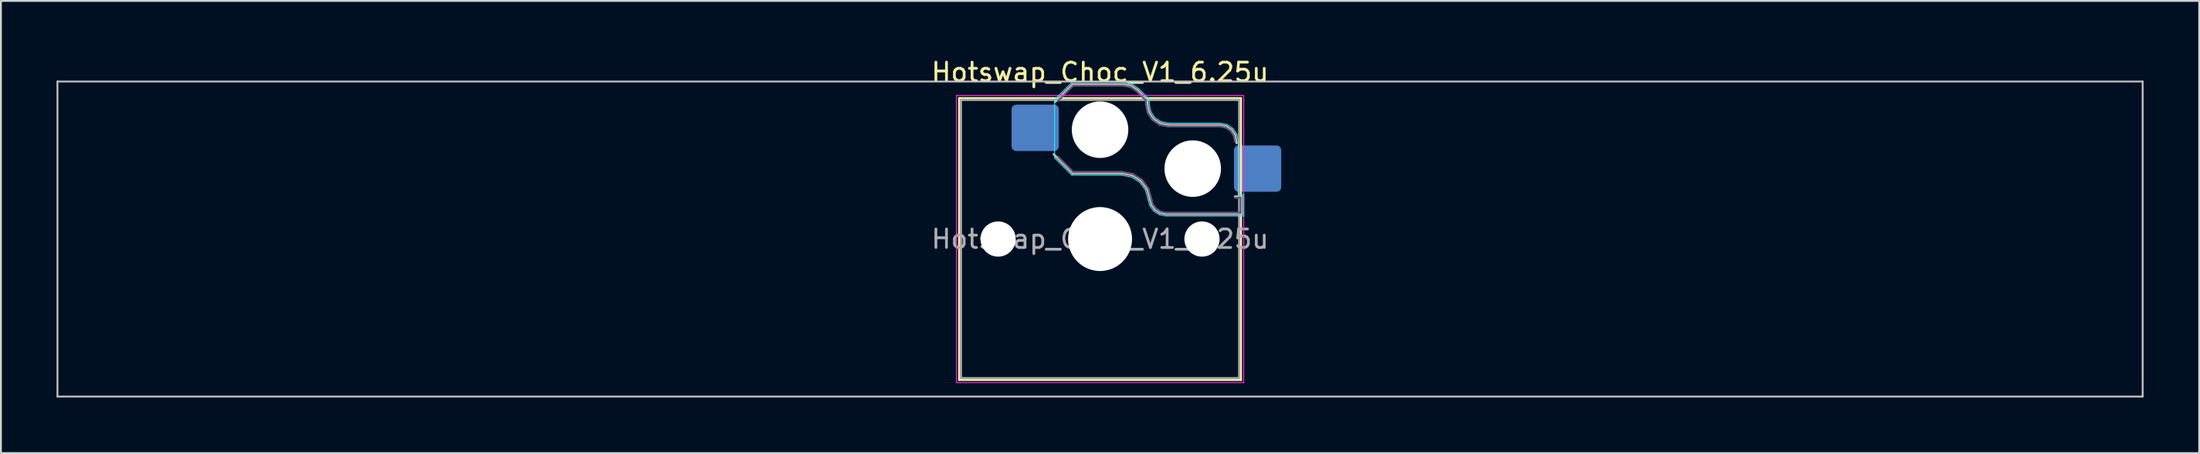
<source format=kicad_pcb>
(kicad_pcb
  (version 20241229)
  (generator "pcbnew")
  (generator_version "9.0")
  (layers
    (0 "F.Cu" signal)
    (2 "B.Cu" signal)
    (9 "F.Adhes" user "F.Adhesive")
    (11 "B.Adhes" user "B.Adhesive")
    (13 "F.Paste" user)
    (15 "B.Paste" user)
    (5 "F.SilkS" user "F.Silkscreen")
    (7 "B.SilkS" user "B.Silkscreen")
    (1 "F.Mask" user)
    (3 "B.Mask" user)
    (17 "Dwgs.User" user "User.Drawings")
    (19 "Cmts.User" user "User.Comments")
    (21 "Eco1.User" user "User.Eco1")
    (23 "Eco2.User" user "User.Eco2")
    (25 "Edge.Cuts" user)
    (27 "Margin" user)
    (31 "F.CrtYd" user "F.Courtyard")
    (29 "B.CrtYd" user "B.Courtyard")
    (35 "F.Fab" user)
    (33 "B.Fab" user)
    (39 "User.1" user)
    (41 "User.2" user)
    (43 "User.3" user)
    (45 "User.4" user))
  (footprint "Hotswap_Choc_V1_6.25u"
    (layer "F.Cu")
    (at 56.3 9.848)
    (property "Reference" "Hotswap_Choc_V1_6.25u" (at 0 -9 0) (layer "F.SilkS") (effects (font (size 1 1) (thickness 0.15))))
    (attr smd)
    (fp_line (start -7.6 -7.6) (end -7.6 7.6) (stroke (width 0.12) (type solid)) (layer "F.SilkS"))
    (fp_line (start -7.6 7.6) (end 7.6 7.6) (stroke (width 0.12) (type solid)) (layer "F.SilkS"))
    (fp_line (start 7.6 -7.6) (end -7.6 -7.6) (stroke (width 0.12) (type solid)) (layer "F.SilkS"))
    (fp_line (start 7.6 7.6) (end 7.6 -7.6) (stroke (width 0.12) (type solid)) (layer "F.SilkS"))
    (fp_line (start -2.416 -7.409) (end -1.479 -8.346) (stroke (width 0.12) (type solid)) (layer "B.SilkS"))
    (fp_line (start -1.479 -8.346) (end 1.268 -8.346) (stroke (width 0.12) (type solid)) (layer "B.SilkS"))
    (fp_line (start -1.479 -3.554) (end -2.5 -4.575) (stroke (width 0.12) (type solid)) (layer "B.SilkS"))
    (fp_line (start 1.168 -3.554) (end -1.479 -3.554) (stroke (width 0.12) (type solid)) (layer "B.SilkS"))
    (fp_line (start 1.268 -8.346) (end 1.671 -8.266) (stroke (width 0.12) (type solid)) (layer "B.SilkS"))
    (fp_line (start 1.671 -8.266) (end 2.013 -8.037) (stroke (width 0.12) (type solid)) (layer "B.SilkS"))
    (fp_line (start 1.73 -3.449) (end 1.168 -3.554) (stroke (width 0.12) (type solid)) (layer "B.SilkS"))
    (fp_line (start 2.013 -8.037) (end 2.546 -7.504) (stroke (width 0.12) (type solid)) (layer "B.SilkS"))
    (fp_line (start 2.209 -3.15) (end 1.73 -3.449) (stroke (width 0.12) (type solid)) (layer "B.SilkS"))
    (fp_line (start 2.546 -7.504) (end 2.546 -7.282) (stroke (width 0.12) (type solid)) (layer "B.SilkS"))
    (fp_line (start 2.546 -7.282) (end 2.633 -6.844) (stroke (width 0.12) (type solid)) (layer "B.SilkS"))
    (fp_line (start 2.547 -2.697) (end 2.209 -3.15) (stroke (width 0.12) (type solid)) (layer "B.SilkS"))
    (fp_line (start 2.633 -6.844) (end 2.877 -6.477) (stroke (width 0.12) (type solid)) (layer "B.SilkS"))
    (fp_line (start 2.701 -2.139) (end 2.547 -2.697) (stroke (width 0.12) (type solid)) (layer "B.SilkS"))
    (fp_line (start 2.783 -1.841) (end 2.701 -2.139) (stroke (width 0.12) (type solid)) (layer "B.SilkS"))
    (fp_line (start 2.877 -6.477) (end 3.244 -6.233) (stroke (width 0.12) (type solid)) (layer "B.SilkS"))
    (fp_line (start 2.976 -1.583) (end 2.783 -1.841) (stroke (width 0.12) (type solid)) (layer "B.SilkS"))
    (fp_line (start 3.244 -6.233) (end 3.682 -6.146) (stroke (width 0.12) (type solid)) (layer "B.SilkS"))
    (fp_line (start 3.25 -1.413) (end 2.976 -1.583) (stroke (width 0.12) (type solid)) (layer "B.SilkS"))
    (fp_line (start 3.56 -1.354) (end 3.25 -1.413) (stroke (width 0.12) (type solid)) (layer "B.SilkS"))
    (fp_line (start 3.682 -6.146) (end 6.482 -6.146) (stroke (width 0.12) (type solid)) (layer "B.SilkS"))
    (fp_line (start 6.482 -6.146) (end 6.809 -6.081) (stroke (width 0.12) (type solid)) (layer "B.SilkS"))
    (fp_line (start 6.809 -6.081) (end 7.092 -5.892) (stroke (width 0.12) (type solid)) (layer "B.SilkS"))
    (fp_line (start 7.092 -5.892) (end 7.281 -5.609) (stroke (width 0.12) (type solid)) (layer "B.SilkS"))
    (fp_line (start 7.281 -5.609) (end 7.366 -5.182) (stroke (width 0.12) (type solid)) (layer "B.SilkS"))
    (fp_line (start 7.283 -2.296) (end 7.646 -2.296) (stroke (width 0.12) (type solid)) (layer "B.SilkS"))
    (fp_line (start 7.646 -2.296) (end 7.646 -1.354) (stroke (width 0.12) (type solid)) (layer "B.SilkS"))
    (fp_line (start 7.646 -1.354) (end 3.56 -1.354) (stroke (width 0.12) (type solid)) (layer "B.SilkS"))
    (fp_line (start -56.25 -8.5) (end -56.25 8.5) (stroke (width 0.1) (type solid)) (layer "Dwgs.User"))
    (fp_line (start -56.25 8.5) (end 56.25 8.5) (stroke (width 0.1) (type solid)) (layer "Dwgs.User"))
    (fp_line (start 56.25 -8.5) (end -56.25 -8.5) (stroke (width 0.1) (type solid)) (layer "Dwgs.User"))
    (fp_line (start 56.25 8.5) (end 56.25 -8.5) (stroke (width 0.1) (type solid)) (layer "Dwgs.User"))
    (fp_line (start -7.25 -7.25) (end -7.25 7.25) (stroke (width 0.1) (type solid)) (layer "Eco1.User"))
    (fp_line (start -7.25 7.25) (end 7.25 7.25) (stroke (width 0.1) (type solid)) (layer "Eco1.User"))
    (fp_line (start 7.25 -7.25) (end -7.25 -7.25) (stroke (width 0.1) (type solid)) (layer "Eco1.User"))
    (fp_line (start 7.25 7.25) (end 7.25 -7.25) (stroke (width 0.1) (type solid)) (layer "Eco1.User"))
    (fp_line (start -2.452 -7.523) (end -1.523 -8.452) (stroke (width 0.05) (type solid)) (layer "B.CrtYd"))
    (fp_line (start -2.452 -4.377) (end -2.452 -7.523) (stroke (width 0.05) (type solid)) (layer "B.CrtYd"))
    (fp_line (start -1.523 -8.452) (end 1.278 -8.452) (stroke (width 0.05) (type solid)) (layer "B.CrtYd"))
    (fp_line (start -1.523 -3.448) (end -2.452 -4.377) (stroke (width 0.05) (type solid)) (layer "B.CrtYd"))
    (fp_line (start 1.159 -3.448) (end -1.523 -3.448) (stroke (width 0.05) (type solid)) (layer "B.CrtYd"))
    (fp_line (start 1.278 -8.452) (end 1.712 -8.366) (stroke (width 0.05) (type solid)) (layer "B.CrtYd"))
    (fp_line (start 1.691 -3.348) (end 1.159 -3.448) (stroke (width 0.05) (type solid)) (layer "B.CrtYd"))
    (fp_line (start 1.712 -8.366) (end 2.081 -8.119) (stroke (width 0.05) (type solid)) (layer "B.CrtYd"))
    (fp_line (start 2.081 -8.119) (end 2.652 -7.548) (stroke (width 0.05) (type solid)) (layer "B.CrtYd"))
    (fp_line (start 2.136 -3.071) (end 1.691 -3.348) (stroke (width 0.05) (type solid)) (layer "B.CrtYd"))
    (fp_line (start 2.45 -2.65) (end 2.136 -3.071) (stroke (width 0.05) (type solid)) (layer "B.CrtYd"))
    (fp_line (start 2.599 -2.111) (end 2.45 -2.65) (stroke (width 0.05) (type solid)) (layer "B.CrtYd"))
    (fp_line (start 2.652 -7.548) (end 2.652 -7.292) (stroke (width 0.05) (type solid)) (layer "B.CrtYd"))
    (fp_line (start 2.652 -7.292) (end 2.733 -6.885) (stroke (width 0.05) (type solid)) (layer "B.CrtYd"))
    (fp_line (start 2.687 -1.794) (end 2.599 -2.111) (stroke (width 0.05) (type solid)) (layer "B.CrtYd"))
    (fp_line (start 2.733 -6.885) (end 2.953 -6.553) (stroke (width 0.05) (type solid)) (layer "B.CrtYd"))
    (fp_line (start 2.903 -1.503) (end 2.687 -1.794) (stroke (width 0.05) (type solid)) (layer "B.CrtYd"))
    (fp_line (start 2.953 -6.553) (end 3.285 -6.333) (stroke (width 0.05) (type solid)) (layer "B.CrtYd"))
    (fp_line (start 3.211 -1.312) (end 2.903 -1.503) (stroke (width 0.05) (type solid)) (layer "B.CrtYd"))
    (fp_line (start 3.285 -6.333) (end 3.692 -6.252) (stroke (width 0.05) (type solid)) (layer "B.CrtYd"))
    (fp_line (start 3.55 -1.248) (end 3.211 -1.312) (stroke (width 0.05) (type solid)) (layer "B.CrtYd"))
    (fp_line (start 3.692 -6.252) (end 6.492 -6.252) (stroke (width 0.05) (type solid)) (layer "B.CrtYd"))
    (fp_line (start 6.492 -6.252) (end 6.85 -6.181) (stroke (width 0.05) (type solid)) (layer "B.CrtYd"))
    (fp_line (start 6.85 -6.181) (end 7.168 -5.968) (stroke (width 0.05) (type solid)) (layer "B.CrtYd"))
    (fp_line (start 7.168 -5.968) (end 7.381 -5.65) (stroke (width 0.05) (type solid)) (layer "B.CrtYd"))
    (fp_line (start 7.381 -5.65) (end 7.452 -5.292) (stroke (width 0.05) (type solid)) (layer "B.CrtYd"))
    (fp_line (start 7.452 -5.292) (end 7.452 -2.402) (stroke (width 0.05) (type solid)) (layer "B.CrtYd"))
    (fp_line (start 7.452 -2.402) (end 7.752 -2.402) (stroke (width 0.05) (type solid)) (layer "B.CrtYd"))
    (fp_line (start 7.752 -2.402) (end 7.752 -1.248) (stroke (width 0.05) (type solid)) (layer "B.CrtYd"))
    (fp_line (start 7.752 -1.248) (end 3.55 -1.248) (stroke (width 0.05) (type solid)) (layer "B.CrtYd"))
    (fp_line (start -7.75 -7.75) (end -7.75 7.75) (stroke (width 0.05) (type solid)) (layer "F.CrtYd"))
    (fp_line (start -7.75 7.75) (end 7.75 7.75) (stroke (width 0.05) (type solid)) (layer "F.CrtYd"))
    (fp_line (start 7.75 -7.75) (end -7.75 -7.75) (stroke (width 0.05) (type solid)) (layer "F.CrtYd"))
    (fp_line (start 7.75 7.75) (end 7.75 -7.75) (stroke (width 0.05) (type solid)) (layer "F.CrtYd"))
    (fp_line (start -2.275 -7.45) (end -1.45 -8.275) (stroke (width 0.1) (type solid)) (layer "B.Fab"))
    (fp_line (start -1.45 -8.275) (end 1.261 -8.275) (stroke (width 0.1) (type solid)) (layer "B.Fab"))
    (fp_line (start -1.45 -3.625) (end -2.275 -4.45) (stroke (width 0.1) (type solid)) (layer "B.Fab"))
    (fp_line (start 1.175 -3.625) (end -1.45 -3.625) (stroke (width 0.1) (type solid)) (layer "B.Fab"))
    (fp_line (start 1.261 -8.275) (end 1.643 -8.199) (stroke (width 0.1) (type solid)) (layer "B.Fab"))
    (fp_line (start 1.643 -8.199) (end 1.968 -7.982) (stroke (width 0.1) (type solid)) (layer "B.Fab"))
    (fp_line (start 1.756 -3.516) (end 1.175 -3.625) (stroke (width 0.1) (type solid)) (layer "B.Fab"))
    (fp_line (start 1.968 -7.982) (end 2.475 -7.475) (stroke (width 0.1) (type solid)) (layer "B.Fab"))
    (fp_line (start 2.258 -3.203) (end 1.756 -3.516) (stroke (width 0.1) (type solid)) (layer "B.Fab"))
    (fp_line (start 2.475 -7.475) (end 2.475 -7.275) (stroke (width 0.1) (type solid)) (layer "B.Fab"))
    (fp_line (start 2.475 -7.275) (end 2.566 -6.816) (stroke (width 0.1) (type solid)) (layer "B.Fab"))
    (fp_line (start 2.566 -6.816) (end 2.826 -6.426) (stroke (width 0.1) (type solid)) (layer "B.Fab"))
    (fp_line (start 2.612 -2.729) (end 2.258 -3.203) (stroke (width 0.1) (type solid)) (layer "B.Fab"))
    (fp_line (start 2.769 -2.158) (end 2.612 -2.729) (stroke (width 0.1) (type solid)) (layer "B.Fab"))
    (fp_line (start 2.826 -6.426) (end 3.216 -6.166) (stroke (width 0.1) (type solid)) (layer "B.Fab"))
    (fp_line (start 2.848 -1.873) (end 2.769 -2.158) (stroke (width 0.1) (type solid)) (layer "B.Fab"))
    (fp_line (start 3.025 -1.636) (end 2.848 -1.873) (stroke (width 0.1) (type solid)) (layer "B.Fab"))
    (fp_line (start 3.216 -6.166) (end 3.675 -6.075) (stroke (width 0.1) (type solid)) (layer "B.Fab"))
    (fp_line (start 3.276 -1.48) (end 3.025 -1.636) (stroke (width 0.1) (type solid)) (layer "B.Fab"))
    (fp_line (start 3.567 -1.425) (end 3.276 -1.48) (stroke (width 0.1) (type solid)) (layer "B.Fab"))
    (fp_line (start 3.675 -6.075) (end 6.475 -6.075) (stroke (width 0.1) (type solid)) (layer "B.Fab"))
    (fp_line (start 6.475 -6.075) (end 6.781 -6.014) (stroke (width 0.1) (type solid)) (layer "B.Fab"))
    (fp_line (start 6.781 -6.014) (end 7.041 -5.841) (stroke (width 0.1) (type solid)) (layer "B.Fab"))
    (fp_line (start 7.041 -5.841) (end 7.214 -5.581) (stroke (width 0.1) (type solid)) (layer "B.Fab"))
    (fp_line (start 7.214 -5.581) (end 7.275 -5.275) (stroke (width 0.1) (type solid)) (layer "B.Fab"))
    (fp_line (start 7.275 -2.225) (end 7.575 -2.225) (stroke (width 0.1) (type solid)) (layer "B.Fab"))
    (fp_line (start 7.575 -2.225) (end 7.575 -1.425) (stroke (width 0.1) (type solid)) (layer "B.Fab"))
    (fp_line (start 7.575 -1.425) (end 3.567 -1.425) (stroke (width 0.1) (type solid)) (layer "B.Fab"))
    (fp_line (start -7.5 -7.5) (end -7.5 7.5) (stroke (width 0.1) (type solid)) (layer "F.Fab"))
    (fp_line (start -7.5 7.5) (end 7.5 7.5) (stroke (width 0.1) (type solid)) (layer "F.Fab"))
    (fp_line (start 7.5 -7.5) (end -7.5 -7.5) (stroke (width 0.1) (type solid)) (layer "F.Fab"))
    (fp_line (start 7.5 7.5) (end 7.5 -7.5) (stroke (width 0.1) (type solid)) (layer "F.Fab"))
    (fp_text user "${REFERENCE}" (at 0 0 0) (layer "F.Fab") (effects (font (size 1 1) (thickness 0.15))))
    (pad "" np_thru_hole circle (at -5.5 0) (size 1.9 1.9) (drill 1.9) (layers "*.Cu" "*.Mask"))
    (pad "" np_thru_hole circle (at 0 -5.9) (size 3.05 3.05) (drill 3.05) (layers "*.Cu" "*.Mask"))
    (pad "" np_thru_hole circle (at 0 0) (size 3.45 3.45) (drill 3.45) (layers "*.Cu" "*.Mask"))
    (pad "" np_thru_hole circle (at 5 -3.8) (size 3.05 3.05) (drill 3.05) (layers "*.Cu" "*.Mask"))
    (pad "" np_thru_hole circle (at 5.5 0) (size 1.9 1.9) (drill 1.9) (layers "*.Cu" "*.Mask"))
    (pad "1" smd roundrect (at -3.5 -6) (size 2.55 2.5) (layers "B.Cu" "B.Mask" "B.Paste") (roundrect_rratio 0.1))
    (pad "2" smd roundrect (at 8.5 -3.8) (size 2.55 2.5) (layers "B.Cu" "B.Mask" "B.Paste") (roundrect_rratio 0.1)))
  (gr_rect
    (start -3 -3)
    (end 115.6 21.398)
    (stroke (width 0.1) (type default))
    (fill no)
    (layer "Edge.Cuts")))
</source>
